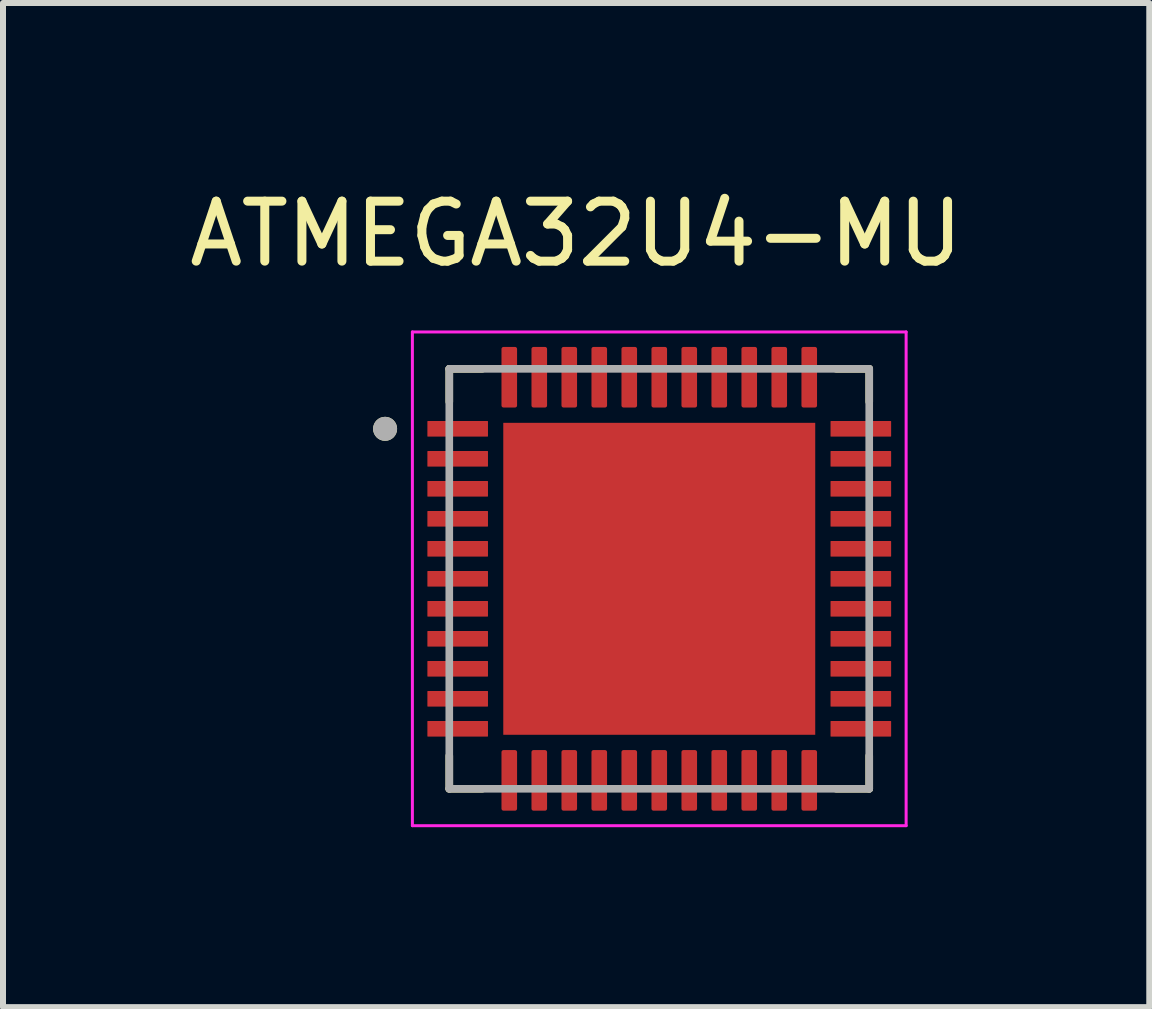
<source format=kicad_pcb>
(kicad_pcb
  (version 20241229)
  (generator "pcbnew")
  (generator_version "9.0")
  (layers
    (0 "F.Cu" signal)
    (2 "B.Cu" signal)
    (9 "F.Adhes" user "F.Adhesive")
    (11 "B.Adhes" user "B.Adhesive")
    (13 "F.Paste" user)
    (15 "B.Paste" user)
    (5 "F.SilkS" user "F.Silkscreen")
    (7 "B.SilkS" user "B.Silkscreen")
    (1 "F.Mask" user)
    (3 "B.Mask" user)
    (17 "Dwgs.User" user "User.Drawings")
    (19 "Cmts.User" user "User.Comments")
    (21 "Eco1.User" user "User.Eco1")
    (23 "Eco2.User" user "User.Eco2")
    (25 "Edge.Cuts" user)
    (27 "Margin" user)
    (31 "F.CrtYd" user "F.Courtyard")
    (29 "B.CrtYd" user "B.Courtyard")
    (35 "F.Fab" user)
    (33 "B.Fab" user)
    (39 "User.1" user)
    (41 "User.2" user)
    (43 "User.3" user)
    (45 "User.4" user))
  (footprint "ATMEGA32U4-MU"
    (layer "F.Cu")
    (at 7.939 6.598)
    (property "Reference" "ATMEGA32U4-MU" (at -1.385 -5.75 0) (layer "F.SilkS") (effects (font (size 1 1) (thickness 0.15))))
    (attr through_hole)
    (fp_line (start -3.5 -3.5) (end -3.5 -2.95) (stroke (width 0.127) (type solid)) (layer "F.SilkS"))
    (fp_line (start -3.5 -3.5) (end -2.95 -3.5) (stroke (width 0.127) (type solid)) (layer "F.SilkS"))
    (fp_line (start -3.5 3.5) (end -3.5 2.95) (stroke (width 0.127) (type solid)) (layer "F.SilkS"))
    (fp_line (start -3.5 3.5) (end -2.95 3.5) (stroke (width 0.127) (type solid)) (layer "F.SilkS"))
    (fp_line (start 3.5 -3.5) (end 2.95 -3.5) (stroke (width 0.127) (type solid)) (layer "F.SilkS"))
    (fp_line (start 3.5 -3.5) (end 3.5 -2.95) (stroke (width 0.127) (type solid)) (layer "F.SilkS"))
    (fp_line (start 3.5 3.5) (end 2.95 3.5) (stroke (width 0.127) (type solid)) (layer "F.SilkS"))
    (fp_line (start 3.5 3.5) (end 3.5 2.95) (stroke (width 0.127) (type solid)) (layer "F.SilkS"))
    (fp_circle (center -4.57 -2.5) (end -4.47 -2.5) (stroke (width 0.2) (type solid)) (fill no) (layer "F.SilkS"))
    (fp_poly (pts (xy -2.12 -2.12) (xy -0.48 -2.12) (xy -0.48 -0.48) (xy -2.12 -0.48)) (stroke (width 0.01) (type solid)) (fill yes) (layer "F.Paste"))
    (fp_poly (pts (xy -2.12 0.48) (xy -0.48 0.48) (xy -0.48 2.12) (xy -2.12 2.12)) (stroke (width 0.01) (type solid)) (fill yes) (layer "F.Paste"))
    (fp_poly (pts (xy 0.48 -2.12) (xy 2.12 -2.12) (xy 2.12 -0.48) (xy 0.48 -0.48)) (stroke (width 0.01) (type solid)) (fill yes) (layer "F.Paste"))
    (fp_poly (pts (xy 0.48 0.48) (xy 2.12 0.48) (xy 2.12 2.12) (xy 0.48 2.12)) (stroke (width 0.01) (type solid)) (fill yes) (layer "F.Paste"))
    (fp_line (start -4.115 -4.115) (end 4.115 -4.115) (stroke (width 0.05) (type solid)) (layer "F.CrtYd"))
    (fp_line (start -4.115 4.115) (end -4.115 -4.115) (stroke (width 0.05) (type solid)) (layer "F.CrtYd"))
    (fp_line (start -4.115 4.115) (end 4.115 4.115) (stroke (width 0.05) (type solid)) (layer "F.CrtYd"))
    (fp_line (start 4.115 4.115) (end 4.115 -4.115) (stroke (width 0.05) (type solid)) (layer "F.CrtYd"))
    (fp_line (start -3.5 3.5) (end -3.5 -3.5) (stroke (width 0.127) (type solid)) (layer "F.Fab"))
    (fp_line (start 3.5 -3.5) (end -3.5 -3.5) (stroke (width 0.127) (type solid)) (layer "F.Fab"))
    (fp_line (start 3.5 3.5) (end -3.5 3.5) (stroke (width 0.127) (type solid)) (layer "F.Fab"))
    (fp_line (start 3.5 3.5) (end 3.5 -3.5) (stroke (width 0.127) (type solid)) (layer "F.Fab"))
    (fp_circle (center -4.57 -2.5) (end -4.47 -2.5) (stroke (width 0.2) (type solid)) (fill no) (layer "F.Fab"))
    (pad "1" smd roundrect (at -3.36 -2.5) (size 1.01 0.26) (layers "F.Cu" "F.Mask" "F.Paste") (roundrect_rratio 0.03))
    (pad "2" smd roundrect (at -3.36 -2) (size 1.01 0.26) (layers "F.Cu" "F.Mask" "F.Paste") (roundrect_rratio 0.03))
    (pad "3" smd roundrect (at -3.36 -1.5) (size 1.01 0.26) (layers "F.Cu" "F.Mask" "F.Paste") (roundrect_rratio 0.03))
    (pad "4" smd roundrect (at -3.36 -1) (size 1.01 0.26) (layers "F.Cu" "F.Mask" "F.Paste") (roundrect_rratio 0.03))
    (pad "5" smd roundrect (at -3.36 -0.5) (size 1.01 0.26) (layers "F.Cu" "F.Mask" "F.Paste") (roundrect_rratio 0.03))
    (pad "6" smd roundrect (at -3.36 0) (size 1.01 0.26) (layers "F.Cu" "F.Mask" "F.Paste") (roundrect_rratio 0.03))
    (pad "7" smd roundrect (at -3.36 0.5) (size 1.01 0.26) (layers "F.Cu" "F.Mask" "F.Paste") (roundrect_rratio 0.03))
    (pad "8" smd roundrect (at -3.36 1) (size 1.01 0.26) (layers "F.Cu" "F.Mask" "F.Paste") (roundrect_rratio 0.03))
    (pad "9" smd roundrect (at -3.36 1.5) (size 1.01 0.26) (layers "F.Cu" "F.Mask" "F.Paste") (roundrect_rratio 0.03))
    (pad "10" smd roundrect (at -3.36 2) (size 1.01 0.26) (layers "F.Cu" "F.Mask" "F.Paste") (roundrect_rratio 0.03))
    (pad "11" smd roundrect (at -3.36 2.5) (size 1.01 0.26) (layers "F.Cu" "F.Mask" "F.Paste") (roundrect_rratio 0.03))
    (pad "12" smd roundrect (at -2.5 3.36) (size 0.26 1.01) (layers "F.Cu" "F.Mask" "F.Paste") (roundrect_rratio 0.13))
    (pad "13" smd roundrect (at -2 3.36) (size 0.26 1.01) (layers "F.Cu" "F.Mask" "F.Paste") (roundrect_rratio 0.13))
    (pad "14" smd roundrect (at -1.5 3.36) (size 0.26 1.01) (layers "F.Cu" "F.Mask" "F.Paste") (roundrect_rratio 0.13))
    (pad "15" smd roundrect (at -1 3.36) (size 0.26 1.01) (layers "F.Cu" "F.Mask" "F.Paste") (roundrect_rratio 0.13))
    (pad "16" smd roundrect (at -0.5 3.36) (size 0.26 1.01) (layers "F.Cu" "F.Mask" "F.Paste") (roundrect_rratio 0.13))
    (pad "17" smd roundrect (at 0 3.36) (size 0.26 1.01) (layers "F.Cu" "F.Mask" "F.Paste") (roundrect_rratio 0.13))
    (pad "18" smd roundrect (at 0.5 3.36) (size 0.26 1.01) (layers "F.Cu" "F.Mask" "F.Paste") (roundrect_rratio 0.13))
    (pad "19" smd roundrect (at 1 3.36) (size 0.26 1.01) (layers "F.Cu" "F.Mask" "F.Paste") (roundrect_rratio 0.13))
    (pad "20" smd roundrect (at 1.5 3.36) (size 0.26 1.01) (layers "F.Cu" "F.Mask" "F.Paste") (roundrect_rratio 0.13))
    (pad "21" smd roundrect (at 2 3.36) (size 0.26 1.01) (layers "F.Cu" "F.Mask" "F.Paste") (roundrect_rratio 0.13))
    (pad "22" smd roundrect (at 2.5 3.36) (size 0.26 1.01) (layers "F.Cu" "F.Mask" "F.Paste") (roundrect_rratio 0.13))
    (pad "23" smd roundrect (at 3.36 2.5) (size 1.01 0.26) (layers "F.Cu" "F.Mask" "F.Paste") (roundrect_rratio 0.03))
    (pad "24" smd roundrect (at 3.36 2) (size 1.01 0.26) (layers "F.Cu" "F.Mask" "F.Paste") (roundrect_rratio 0.03))
    (pad "25" smd roundrect (at 3.36 1.5) (size 1.01 0.26) (layers "F.Cu" "F.Mask" "F.Paste") (roundrect_rratio 0.03))
    (pad "26" smd roundrect (at 3.36 1) (size 1.01 0.26) (layers "F.Cu" "F.Mask" "F.Paste") (roundrect_rratio 0.03))
    (pad "27" smd roundrect (at 3.36 0.5) (size 1.01 0.26) (layers "F.Cu" "F.Mask" "F.Paste") (roundrect_rratio 0.03))
    (pad "28" smd roundrect (at 3.36 0) (size 1.01 0.26) (layers "F.Cu" "F.Mask" "F.Paste") (roundrect_rratio 0.03))
    (pad "29" smd roundrect (at 3.36 -0.5) (size 1.01 0.26) (layers "F.Cu" "F.Mask" "F.Paste") (roundrect_rratio 0.03))
    (pad "30" smd roundrect (at 3.36 -1) (size 1.01 0.26) (layers "F.Cu" "F.Mask" "F.Paste") (roundrect_rratio 0.03))
    (pad "31" smd roundrect (at 3.36 -1.5) (size 1.01 0.26) (layers "F.Cu" "F.Mask" "F.Paste") (roundrect_rratio 0.03))
    (pad "32" smd roundrect (at 3.36 -2) (size 1.01 0.26) (layers "F.Cu" "F.Mask" "F.Paste") (roundrect_rratio 0.03))
    (pad "33" smd roundrect (at 3.36 -2.5) (size 1.01 0.26) (layers "F.Cu" "F.Mask" "F.Paste") (roundrect_rratio 0.03))
    (pad "34" smd roundrect (at 2.5 -3.36) (size 0.26 1.01) (layers "F.Cu" "F.Mask" "F.Paste") (roundrect_rratio 0.13))
    (pad "35" smd roundrect (at 2 -3.36) (size 0.26 1.01) (layers "F.Cu" "F.Mask" "F.Paste") (roundrect_rratio 0.13))
    (pad "36" smd roundrect (at 1.5 -3.36) (size 0.26 1.01) (layers "F.Cu" "F.Mask" "F.Paste") (roundrect_rratio 0.13))
    (pad "37" smd roundrect (at 1 -3.36) (size 0.26 1.01) (layers "F.Cu" "F.Mask" "F.Paste") (roundrect_rratio 0.13))
    (pad "38" smd roundrect (at 0.5 -3.36) (size 0.26 1.01) (layers "F.Cu" "F.Mask" "F.Paste") (roundrect_rratio 0.13))
    (pad "39" smd roundrect (at 0 -3.36) (size 0.26 1.01) (layers "F.Cu" "F.Mask" "F.Paste") (roundrect_rratio 0.13))
    (pad "40" smd roundrect (at -0.5 -3.36) (size 0.26 1.01) (layers "F.Cu" "F.Mask" "F.Paste") (roundrect_rratio 0.13))
    (pad "41" smd roundrect (at -1 -3.36) (size 0.26 1.01) (layers "F.Cu" "F.Mask" "F.Paste") (roundrect_rratio 0.13))
    (pad "42" smd roundrect (at -1.5 -3.36) (size 0.26 1.01) (layers "F.Cu" "F.Mask" "F.Paste") (roundrect_rratio 0.13))
    (pad "43" smd roundrect (at -2 -3.36) (size 0.26 1.01) (layers "F.Cu" "F.Mask" "F.Paste") (roundrect_rratio 0.13))
    (pad "44" smd roundrect (at -2.5 -3.36) (size 0.26 1.01) (layers "F.Cu" "F.Mask" "F.Paste") (roundrect_rratio 0.13))
    (pad "45" smd rect (at 0 0) (size 5.2 5.2) (layers "F.Cu" "F.Mask")))
  (gr_rect
    (start -3 -3)
    (end 16.107 13.738)
    (stroke (width 0.1) (type default))
    (fill no)
    (layer "Edge.Cuts")))
</source>
